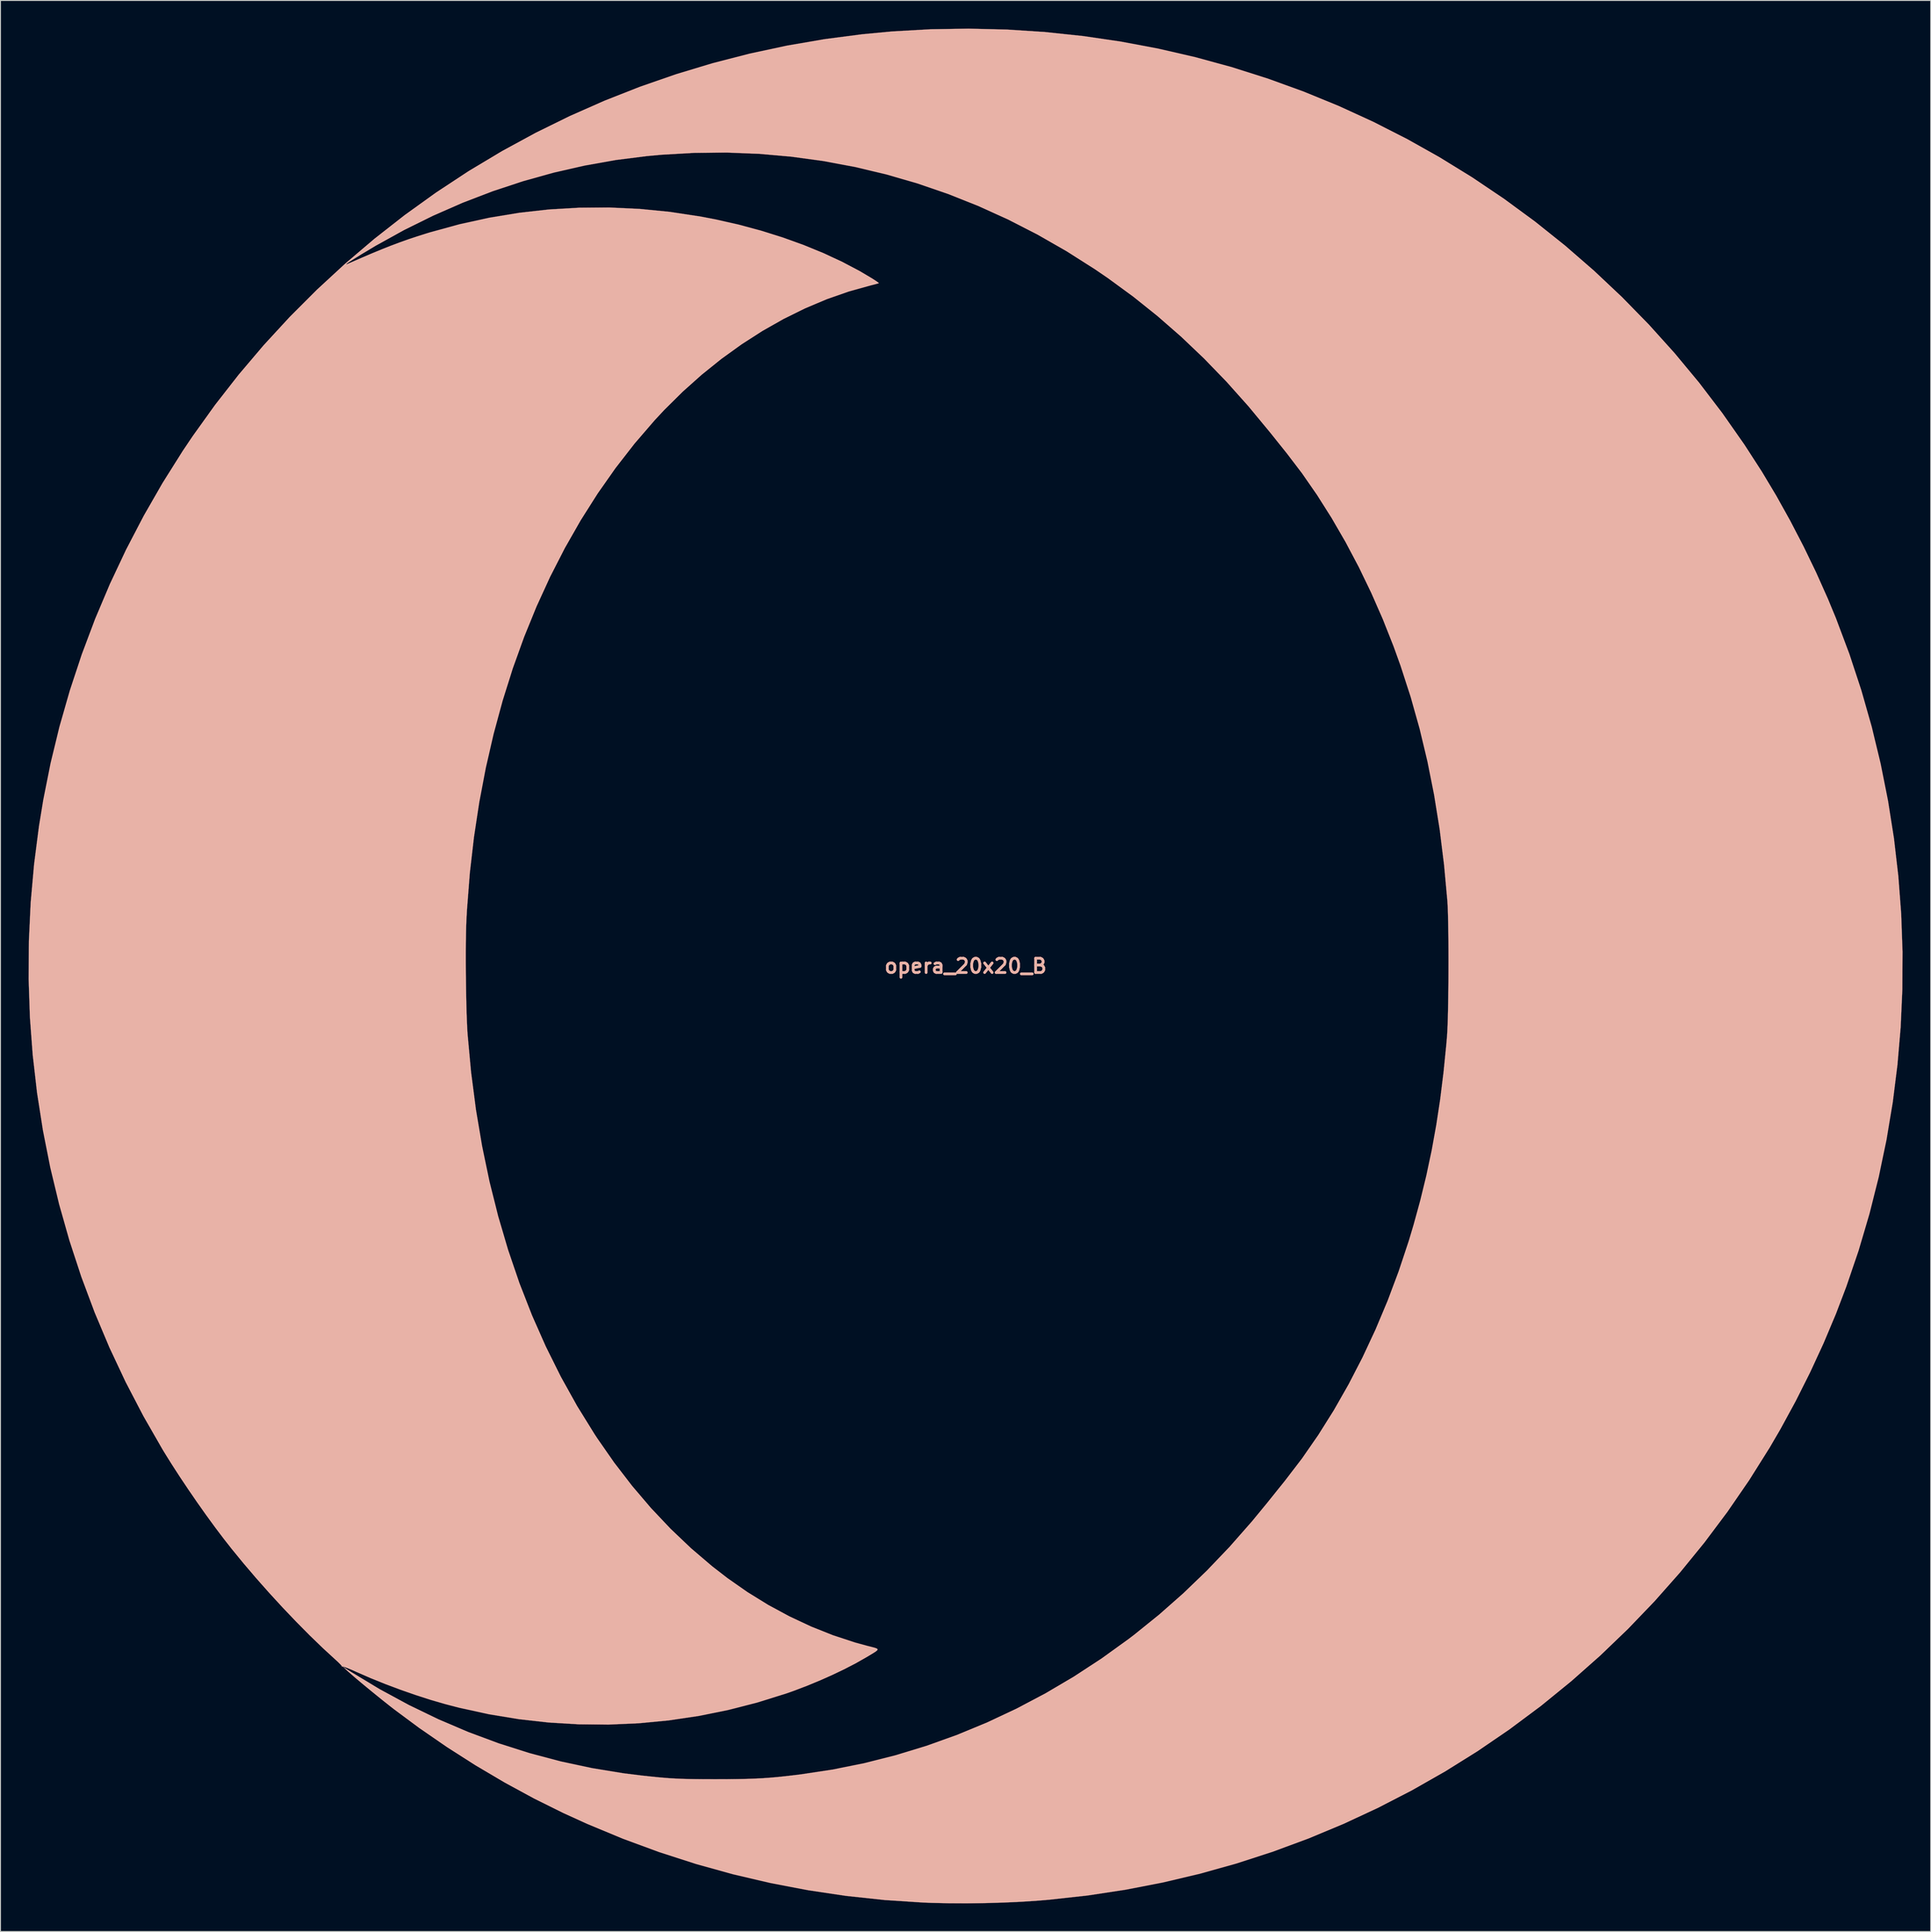
<source format=kicad_pcb>
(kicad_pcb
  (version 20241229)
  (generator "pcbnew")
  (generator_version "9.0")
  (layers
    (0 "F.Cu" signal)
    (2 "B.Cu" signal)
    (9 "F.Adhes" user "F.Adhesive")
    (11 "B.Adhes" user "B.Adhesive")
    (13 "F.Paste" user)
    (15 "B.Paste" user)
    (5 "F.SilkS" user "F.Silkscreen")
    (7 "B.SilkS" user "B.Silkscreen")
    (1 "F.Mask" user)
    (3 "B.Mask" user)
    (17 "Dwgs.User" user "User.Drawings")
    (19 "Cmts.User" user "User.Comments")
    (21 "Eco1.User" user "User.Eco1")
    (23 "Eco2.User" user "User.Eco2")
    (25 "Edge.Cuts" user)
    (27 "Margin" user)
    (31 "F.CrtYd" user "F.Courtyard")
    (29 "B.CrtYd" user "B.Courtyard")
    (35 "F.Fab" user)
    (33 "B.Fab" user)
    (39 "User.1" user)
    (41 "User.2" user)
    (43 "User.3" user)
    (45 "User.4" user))
  (footprint "opera_20x20_B"
    (layer "F.Cu")
    (at 99.98 99.998)
    (property "Reference" "opera_20x20_B" (at 0 0 0) (layer "B.SilkS") (effects (font (size 1.524 1.524) (thickness 0.3))))
    (attr through_hole)
    (fp_poly (pts (xy 4.405 -99.895) (xy 8.473 -99.632) (xy 12.519 -99.206) (xy 16.538 -98.618) (xy 20.526 -97.869) (xy 24.477 -96.96) (xy 28.386 -95.892) (xy 32.248 -94.666) (xy 36.058 -93.285) (xy 39.811 -91.748) (xy 43.501 -90.057) (xy 47.124 -88.213) (xy 50.546 -86.293) (xy 54.054 -84.134) (xy 57.463 -81.838) (xy 60.77 -79.41) (xy 63.971 -76.852) (xy 67.063 -74.167) (xy 70.041 -71.361) (xy 72.903 -68.435) (xy 75.644 -65.394) (xy 78.262 -62.241) (xy 80.751 -58.979) (xy 83.11 -55.612) (xy 84.962 -52.747) (xy 86.492 -50.194) (xy 87.984 -47.517) (xy 89.417 -44.758) (xy 90.767 -41.964) (xy 92.013 -39.176) (xy 92.862 -37.126) (xy 94.3 -33.3) (xy 95.576 -29.43) (xy 96.69 -25.52) (xy 97.642 -21.578) (xy 98.433 -17.606) (xy 99.062 -13.612) (xy 99.528 -9.601) (xy 99.833 -5.576) (xy 99.977 -1.545) (xy 99.958 2.488) (xy 99.777 6.518) (xy 99.435 10.539) (xy 98.931 14.546) (xy 98.265 18.533) (xy 97.437 22.496) (xy 96.447 26.429) (xy 95.296 30.327) (xy 93.982 34.184) (xy 92.877 37.084) (xy 91.567 40.2) (xy 90.125 43.324) (xy 88.576 46.41) (xy 86.941 49.411) (xy 85.784 51.393) (xy 83.604 54.859) (xy 81.283 58.233) (xy 78.825 61.511) (xy 76.236 64.687) (xy 73.518 67.757) (xy 70.678 70.714) (xy 67.719 73.555) (xy 64.646 76.274) (xy 61.464 78.866) (xy 61.284 79.005) (xy 57.999 81.451) (xy 54.626 83.754) (xy 51.167 85.913) (xy 47.629 87.926) (xy 44.015 89.79) (xy 40.332 91.505) (xy 36.583 93.068) (xy 32.774 94.476) (xy 28.91 95.73) (xy 24.994 96.825) (xy 21.033 97.762) (xy 17.03 98.537) (xy 12.992 99.149) (xy 8.922 99.596) (xy 7.789 99.691) (xy 5.992 99.81) (xy 4.087 99.898) (xy 2.125 99.956) (xy 0.153 99.981) (xy -1.778 99.974) (xy -3.618 99.932) (xy -4.53 99.897) (xy -8.641 99.627) (xy -12.727 99.19) (xy -16.784 98.586) (xy -20.809 97.817) (xy -24.8 96.884) (xy -28.753 95.786) (xy -32.664 94.525) (xy -36.531 93.102) (xy -40.351 91.517) (xy -42.926 90.345) (xy -46.056 88.792) (xy -49.188 87.09) (xy -52.293 85.257) (xy -55.343 83.309) (xy -58.309 81.264) (xy -60.96 79.298) (xy -61.477 78.895) (xy -62.054 78.438) (xy -62.668 77.945) (xy -63.295 77.436) (xy -63.913 76.929) (xy -64.499 76.443) (xy -65.03 75.996) (xy -65.484 75.608) (xy -65.837 75.297) (xy -65.955 75.189) (xy -66.421 74.756) (xy -65.574 75.293) (xy -62.525 77.132) (xy -59.419 78.815) (xy -56.263 80.341) (xy -53.058 81.708) (xy -49.811 82.915) (xy -46.523 83.96) (xy -43.2 84.843) (xy -39.845 85.561) (xy -36.462 86.113) (xy -34.5 86.356) (xy -33.653 86.446) (xy -32.901 86.522) (xy -32.216 86.583) (xy -31.568 86.632) (xy -30.93 86.669) (xy -30.272 86.697) (xy -29.566 86.716) (xy -28.784 86.729) (xy -27.898 86.735) (xy -26.878 86.737) (xy -26.585 86.737) (xy -25.386 86.734) (xy -24.326 86.724) (xy -23.375 86.705) (xy -22.504 86.675) (xy -21.681 86.634) (xy -20.877 86.578) (xy -20.062 86.507) (xy -19.206 86.418) (xy -18.279 86.311) (xy -17.568 86.223) (xy -14.17 85.709) (xy -10.802 85.029) (xy -7.468 84.186) (xy -4.174 83.182) (xy -0.924 82.018) (xy 2.278 80.695) (xy 5.426 79.217) (xy 8.517 77.586) (xy 11.545 75.802) (xy 14.507 73.867) (xy 17.397 71.785) (xy 17.992 71.331) (xy 20.654 69.184) (xy 23.235 66.908) (xy 25.741 64.497) (xy 28.18 61.944) (xy 30.559 59.239) (xy 32.154 57.301) (xy 32.557 56.799) (xy 32.98 56.272) (xy 33.392 55.758) (xy 33.764 55.297) (xy 34.062 54.927) (xy 34.078 54.906) (xy 35.894 52.537) (xy 37.636 50.024) (xy 39.299 47.378) (xy 40.875 44.612) (xy 42.361 41.735) (xy 43.75 38.76) (xy 45.037 35.698) (xy 46.215 32.56) (xy 47.28 29.358) (xy 47.807 27.601) (xy 48.531 24.958) (xy 49.172 22.325) (xy 49.734 19.676) (xy 50.223 16.983) (xy 50.643 14.218) (xy 50.999 11.356) (xy 51.297 8.367) (xy 51.367 7.535) (xy 51.401 7.023) (xy 51.431 6.362) (xy 51.457 5.573) (xy 51.479 4.677) (xy 51.497 3.696) (xy 51.511 2.649) (xy 51.521 1.557) (xy 51.526 0.442) (xy 51.528 -0.676) (xy 51.525 -1.777) (xy 51.518 -2.838) (xy 51.507 -3.84) (xy 51.491 -4.762) (xy 51.471 -5.583) (xy 51.446 -6.282) (xy 51.416 -6.838) (xy 51.409 -6.943) (xy 51.056 -10.818) (xy 50.588 -14.578) (xy 50 -18.235) (xy 49.291 -21.798) (xy 48.459 -25.279) (xy 47.501 -28.687) (xy 46.416 -32.033) (xy 45.663 -34.121) (xy 44.525 -36.993) (xy 43.287 -39.812) (xy 41.957 -42.564) (xy 40.544 -45.231) (xy 39.057 -47.798) (xy 37.505 -50.249) (xy 35.897 -52.568) (xy 34.242 -54.738) (xy 34.184 -54.81) (xy 33.894 -55.171) (xy 33.533 -55.621) (xy 33.136 -56.117) (xy 32.738 -56.615) (xy 32.479 -56.938) (xy 30.18 -59.714) (xy 27.842 -62.332) (xy 25.453 -64.8) (xy 23.006 -67.129) (xy 20.49 -69.326) (xy 17.897 -71.401) (xy 15.216 -73.362) (xy 13.801 -74.329) (xy 10.77 -76.254) (xy 7.687 -78.019) (xy 4.553 -79.625) (xy 1.371 -81.07) (xy -1.856 -82.354) (xy -5.124 -83.477) (xy -8.432 -84.436) (xy -11.775 -85.233) (xy -15.152 -85.865) (xy -18.56 -86.333) (xy -21.996 -86.635) (xy -25.456 -86.771) (xy -28.938 -86.74) (xy -32.44 -86.541) (xy -33.994 -86.4) (xy -37.318 -85.978) (xy -40.634 -85.389) (xy -43.933 -84.637) (xy -47.209 -83.723) (xy -50.452 -82.652) (xy -53.654 -81.424) (xy -56.809 -80.043) (xy -59.908 -78.513) (xy -62.942 -76.835) (xy -64.41 -75.955) (xy -65.015 -75.581) (xy -65.48 -75.29) (xy -65.812 -75.075) (xy -66.016 -74.934) (xy -66.098 -74.861) (xy -66.065 -74.852) (xy -65.923 -74.904) (xy -65.744 -74.98) (xy -64.476 -75.536) (xy -63.333 -76.024) (xy -62.286 -76.457) (xy -61.309 -76.843) (xy -60.376 -77.194) (xy -59.458 -77.519) (xy -58.53 -77.829) (xy -57.563 -78.134) (xy -57.117 -78.27) (xy -53.974 -79.131) (xy -50.81 -79.824) (xy -47.629 -80.349) (xy -44.434 -80.706) (xy -41.228 -80.894) (xy -38.013 -80.915) (xy -34.794 -80.766) (xy -31.573 -80.45) (xy -28.352 -79.964) (xy -26.615 -79.631) (xy -24.205 -79.085) (xy -21.84 -78.448) (xy -19.538 -77.727) (xy -17.315 -76.928) (xy -15.19 -76.059) (xy -13.179 -75.126) (xy -11.3 -74.135) (xy -9.965 -73.343) (xy -9.662 -73.148) (xy -9.424 -72.986) (xy -9.282 -72.878) (xy -9.255 -72.843) (xy -9.347 -72.81) (xy -9.567 -72.747) (xy -9.879 -72.666) (xy -10.127 -72.605) (xy -12.47 -71.951) (xy -14.805 -71.134) (xy -17.122 -70.157) (xy -19.413 -69.028) (xy -21.67 -67.75) (xy -23.884 -66.329) (xy -26.047 -64.771) (xy -28.151 -63.081) (xy -30.186 -61.264) (xy -32.144 -59.325) (xy -33.182 -58.213) (xy -35.32 -55.731) (xy -37.347 -53.124) (xy -39.263 -50.396) (xy -41.066 -47.552) (xy -42.753 -44.597) (xy -44.323 -41.534) (xy -45.774 -38.369) (xy -47.105 -35.107) (xy -48.313 -31.752) (xy -49.398 -28.308) (xy -50.356 -24.78) (xy -51.187 -21.174) (xy -51.888 -17.493) (xy -52.459 -13.743) (xy -52.897 -9.927) (xy -53.2 -6.051) (xy -53.262 -4.924) (xy -53.289 -4.237) (xy -53.308 -3.412) (xy -53.321 -2.476) (xy -53.327 -1.454) (xy -53.327 -0.372) (xy -53.321 0.744) (xy -53.309 1.869) (xy -53.292 2.976) (xy -53.269 4.04) (xy -53.242 5.035) (xy -53.209 5.935) (xy -53.173 6.714) (xy -53.137 7.281) (xy -52.762 11.332) (xy -52.248 15.299) (xy -51.594 19.181) (xy -50.803 22.977) (xy -49.874 26.683) (xy -48.808 30.298) (xy -47.606 33.819) (xy -46.268 37.246) (xy -44.795 40.575) (xy -43.188 43.805) (xy -41.447 46.933) (xy -39.573 49.958) (xy -39.326 50.334) (xy -37.497 52.963) (xy -35.577 55.458) (xy -33.568 57.815) (xy -31.473 60.031) (xy -29.294 62.103) (xy -27.036 64.03) (xy -25.4 65.295) (xy -23.267 66.785) (xy -21.06 68.147) (xy -18.792 69.372) (xy -16.48 70.455) (xy -14.138 71.388) (xy -11.781 72.162) (xy -10.469 72.522) (xy -10.013 72.636) (xy -9.678 72.724) (xy -9.467 72.802) (xy -9.384 72.886) (xy -9.43 72.993) (xy -9.608 73.137) (xy -9.92 73.334) (xy -10.369 73.601) (xy -10.67 73.78) (xy -11.727 74.379) (xy -12.917 74.995) (xy -14.203 75.61) (xy -15.551 76.21) (xy -16.927 76.778) (xy -18.295 77.3) (xy -19.153 77.602) (xy -22.241 78.566) (xy -25.364 79.366) (xy -28.514 80.001) (xy -31.687 80.47) (xy -34.877 80.775) (xy -38.076 80.914) (xy -41.279 80.887) (xy -44.481 80.694) (xy -47.674 80.336) (xy -50.854 79.811) (xy -54.013 79.121) (xy -55.541 78.724) (xy -57.047 78.286) (xy -58.643 77.773) (xy -60.281 77.202) (xy -61.91 76.591) (xy -63.48 75.958) (xy -64.943 75.322) (xy -65.047 75.275) (xy -65.501 75.073) (xy -65.898 74.909) (xy -66.212 74.791) (xy -66.418 74.73) (xy -66.485 74.727) (xy -66.548 74.748) (xy -66.535 74.726) (xy -66.572 74.649) (xy -66.716 74.485) (xy -66.944 74.258) (xy -67.232 73.991) (xy -67.254 73.971) (xy -68.586 72.748) (xy -69.978 71.402) (xy -71.408 69.959) (xy -72.852 68.445) (xy -74.288 66.883) (xy -75.692 65.299) (xy -77.041 63.718) (xy -78.312 62.166) (xy -79.159 61.087) (xy -80.074 59.877) (xy -81.029 58.568) (xy -81.999 57.197) (xy -82.959 55.799) (xy -83.886 54.412) (xy -84.753 53.07) (xy -85.537 51.811) (xy -85.687 51.562) (xy -87.73 48.004) (xy -89.619 44.379) (xy -91.353 40.691) (xy -92.931 36.945) (xy -94.352 33.146) (xy -95.615 29.298) (xy -96.72 25.406) (xy -97.666 21.475) (xy -98.451 17.508) (xy -99.076 13.511) (xy -99.538 9.489) (xy -99.838 5.445) (xy -99.975 1.384) (xy -99.947 -2.689) (xy -99.754 -6.769) (xy -99.394 -10.852) (xy -98.868 -14.933) (xy -98.418 -17.685) (xy -97.634 -21.622) (xy -96.684 -25.533) (xy -95.572 -29.411) (xy -94.302 -33.247) (xy -92.876 -37.034) (xy -91.297 -40.764) (xy -89.569 -44.429) (xy -87.696 -48.022) (xy -85.679 -51.535) (xy -83.523 -54.96) (xy -82.478 -56.513) (xy -80.084 -59.852) (xy -77.556 -63.089) (xy -74.9 -66.218) (xy -72.12 -69.236) (xy -69.22 -72.137) (xy -66.205 -74.919) (xy -63.079 -77.576) (xy -59.847 -80.105) (xy -56.513 -82.501) (xy -53.083 -84.759) (xy -52.937 -84.85) (xy -49.444 -86.94) (xy -45.872 -88.881) (xy -42.224 -90.673) (xy -38.508 -92.313) (xy -34.729 -93.799) (xy -30.891 -95.13) (xy -27.001 -96.305) (xy -23.063 -97.32) (xy -19.084 -98.175) (xy -15.068 -98.867) (xy -11.022 -99.396) (xy -7.874 -99.691) (xy -3.773 -99.925) (xy 0.322 -99.993) (xy 4.405 -99.895)) (stroke (width 0.01) (type solid)) (fill yes) (layer "B.SilkS")))
  (gr_rect
    (start -3 -3)
    (end 202.961 202.984)
    (stroke (width 0.1) (type default))
    (fill no)
    (layer "Edge.Cuts")))
</source>
